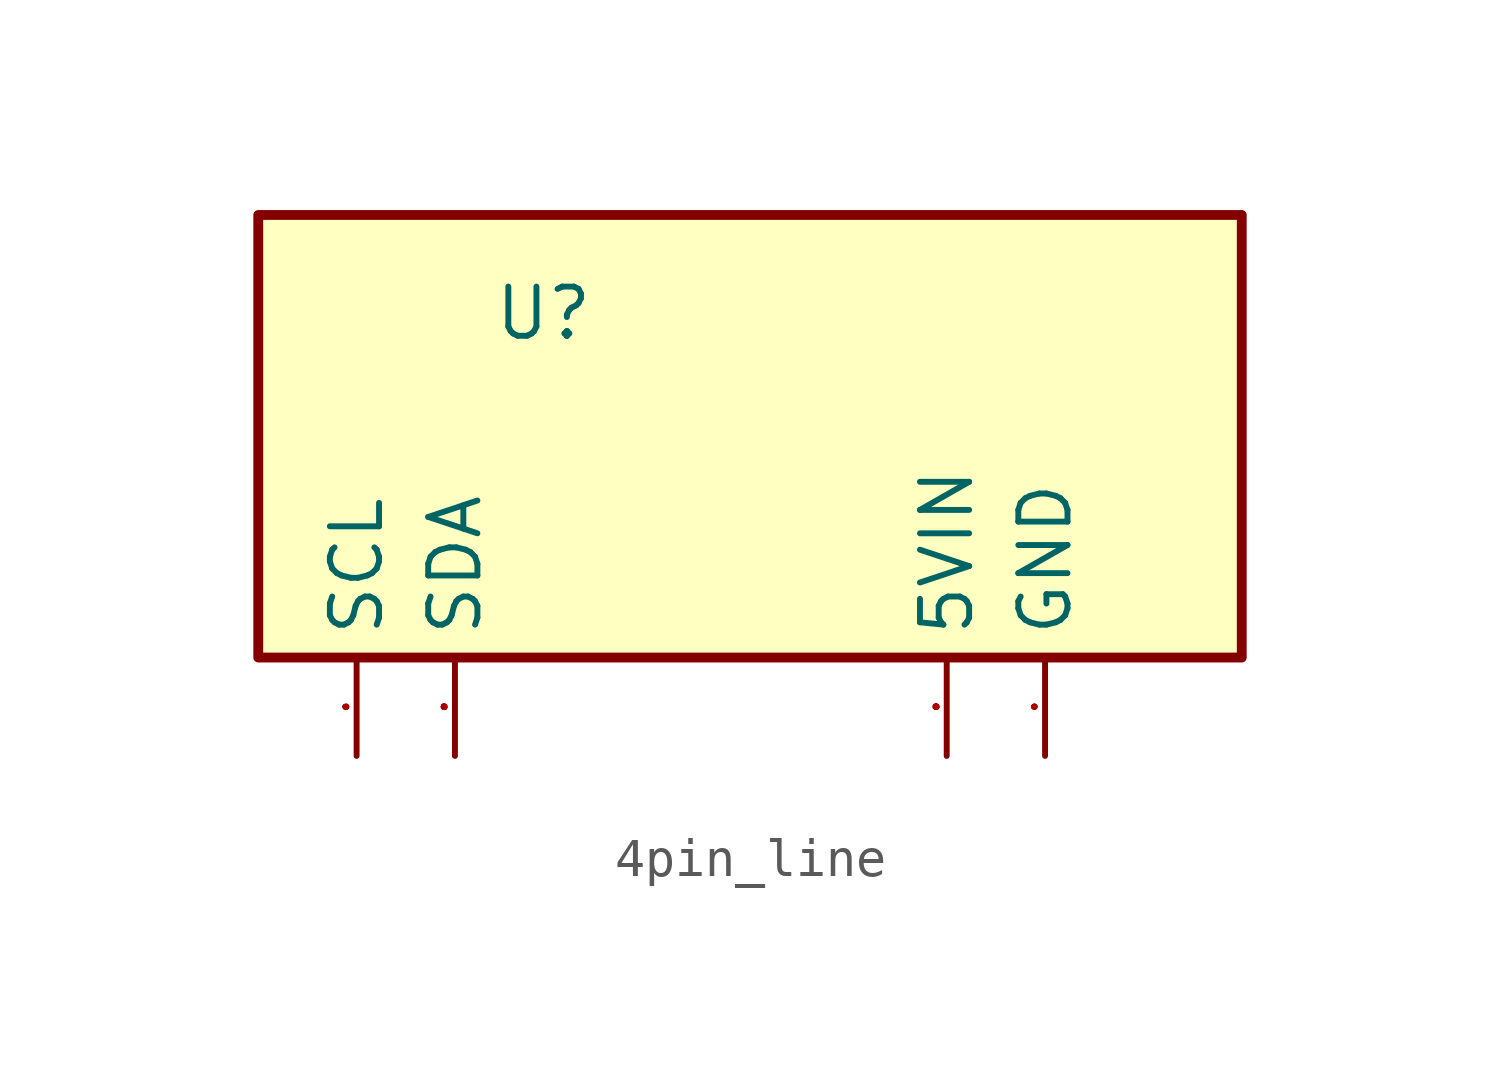
<source format=kicad_sym>
(kicad_symbol_lib
  (version 20241209)
  (generator "kicad_symbol_editor")
  (generator_version "9.0")
  (symbol "4pin_line"
    (property "Reference" "U"
      (at 1.016 11.43 0)
      (effects (font (size 1.27 1.27))))
    (property "Value" ""
      (at 0 0 0)
      (effects (font (size 1.27 1.27))))
    (symbol "4pin_line_1_0"
      (rectangle (start -6.35 2.54) (end 19.05 13.97) (stroke (width 0.254) (type solid)) (fill (type background)))
      (pin bidirectional line (at -3.81 0 90) (length 2.54) (name "SCL" (effects (font (size 1.27 1.27)))) (number "1" (effects (font (size 0.025 0.025)))))
      (pin bidirectional line (at -1.27 0 90) (length 2.54) (name "SDA" (effects (font (size 1.27 1.27)))) (number "2" (effects (font (size 0.025 0.025)))))
      (pin power_in line (at 11.43 0 90) (length 2.54) (name "5VIN" (effects (font (size 1.27 1.27)))) (number "3" (effects (font (size 0.025 0.025)))))
      (pin power_in line (at 13.97 0 90) (length 2.54) (name "GND" (effects (font (size 1.27 1.27)))) (number "4" (effects (font (size 0.025 0.025))))))))
</source>
